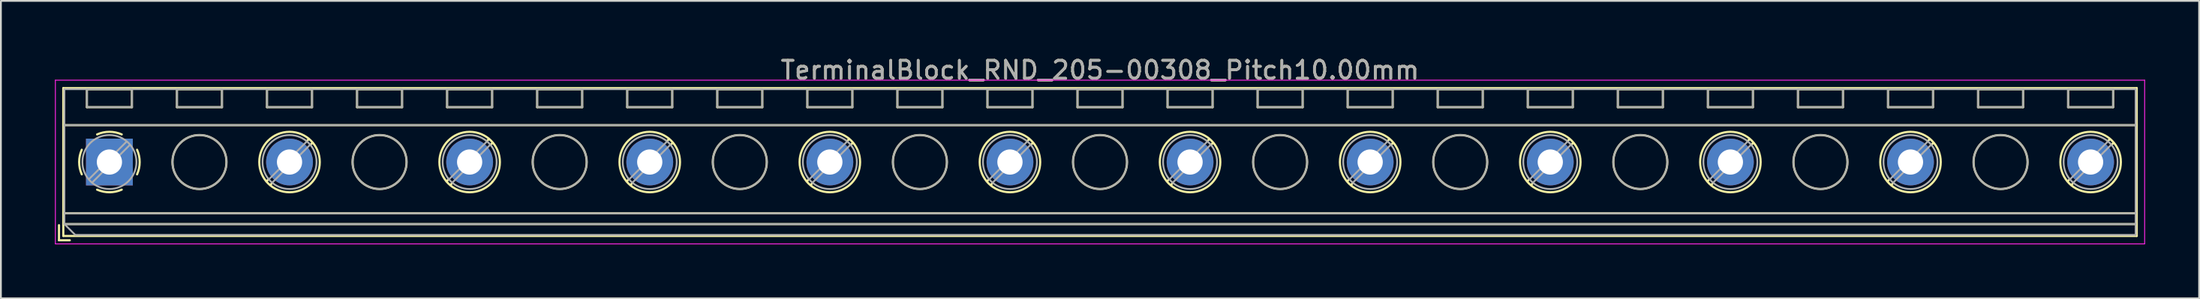
<source format=kicad_pcb>
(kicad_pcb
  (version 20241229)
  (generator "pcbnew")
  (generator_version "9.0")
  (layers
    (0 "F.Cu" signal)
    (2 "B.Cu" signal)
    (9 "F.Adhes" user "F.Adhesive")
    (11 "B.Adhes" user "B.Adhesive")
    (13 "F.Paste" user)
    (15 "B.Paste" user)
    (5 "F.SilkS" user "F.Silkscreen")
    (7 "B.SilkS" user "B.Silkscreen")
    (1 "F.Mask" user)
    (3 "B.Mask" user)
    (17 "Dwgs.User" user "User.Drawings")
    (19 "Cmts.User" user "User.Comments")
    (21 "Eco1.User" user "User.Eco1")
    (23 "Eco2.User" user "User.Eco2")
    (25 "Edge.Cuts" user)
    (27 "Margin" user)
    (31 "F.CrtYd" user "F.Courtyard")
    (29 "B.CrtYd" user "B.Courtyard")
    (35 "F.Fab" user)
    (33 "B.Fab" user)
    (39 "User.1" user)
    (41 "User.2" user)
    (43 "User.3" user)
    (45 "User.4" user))
  (footprint "TerminalBlock_RND_205-00308_Pitch10.00mm"
    (layer "F.Cu")
    (at 3.025 5.958)
    (property "Reference" "TerminalBlock_RND_205-00308_Pitch10.00mm" (at 55 -5.11 0) (layer "F.SilkS") (effects (font (size 1 1) (thickness 0.15))))
    (attr through_hole)
    (fp_line (start -2.8 3.51) (end -2.8 4.35) (stroke (width 0.12) (type solid)) (layer "F.SilkS"))
    (fp_line (start -2.8 4.35) (end -2.2 4.35) (stroke (width 0.12) (type solid)) (layer "F.SilkS"))
    (fp_line (start -2.56 -4.11) (end -2.56 4.11) (stroke (width 0.12) (type solid)) (layer "F.SilkS"))
    (fp_line (start -2.56 -2.05) (end 112.56 -2.05) (stroke (width 0.12) (type solid)) (layer "F.SilkS"))
    (fp_line (start -2.56 2.85) (end 112.56 2.85) (stroke (width 0.12) (type solid)) (layer "F.SilkS"))
    (fp_line (start -2.56 3.45) (end 112.56 3.45) (stroke (width 0.12) (type solid)) (layer "F.SilkS"))
    (fp_line (start -2.56 4.11) (end 112.56 4.11) (stroke (width 0.12) (type solid)) (layer "F.SilkS"))
    (fp_line (start -1.25 -4.05) (end -1.25 -3.05) (stroke (width 0.12) (type solid)) (layer "F.SilkS"))
    (fp_line (start -1.25 -4.05) (end 1.25 -4.05) (stroke (width 0.12) (type solid)) (layer "F.SilkS"))
    (fp_line (start -1.25 -3.05) (end 1.25 -3.05) (stroke (width 0.12) (type solid)) (layer "F.SilkS"))
    (fp_line (start 1.25 -4.05) (end 1.25 -3.05) (stroke (width 0.12) (type solid)) (layer "F.SilkS"))
    (fp_line (start 3.75 -4.05) (end 3.75 -3.05) (stroke (width 0.12) (type solid)) (layer "F.SilkS"))
    (fp_line (start 3.75 -4.05) (end 6.25 -4.05) (stroke (width 0.12) (type solid)) (layer "F.SilkS"))
    (fp_line (start 3.75 -3.05) (end 6.25 -3.05) (stroke (width 0.12) (type solid)) (layer "F.SilkS"))
    (fp_line (start 6.25 -4.05) (end 6.25 -3.05) (stroke (width 0.12) (type solid)) (layer "F.SilkS"))
    (fp_line (start 8.75 -4.05) (end 8.75 -3.05) (stroke (width 0.12) (type solid)) (layer "F.SilkS"))
    (fp_line (start 8.75 -4.05) (end 11.25 -4.05) (stroke (width 0.12) (type solid)) (layer "F.SilkS"))
    (fp_line (start 8.75 -3.05) (end 11.25 -3.05) (stroke (width 0.12) (type solid)) (layer "F.SilkS"))
    (fp_line (start 8.82 0.976) (end 8.726 1.069) (stroke (width 0.12) (type solid)) (layer "F.SilkS"))
    (fp_line (start 9.002 1.204) (end 8.931 1.274) (stroke (width 0.12) (type solid)) (layer "F.SilkS"))
    (fp_line (start 11.07 -1.275) (end 10.999 -1.204) (stroke (width 0.12) (type solid)) (layer "F.SilkS"))
    (fp_line (start 11.25 -4.05) (end 11.25 -3.05) (stroke (width 0.12) (type solid)) (layer "F.SilkS"))
    (fp_line (start 11.275 -1.069) (end 11.181 -0.976) (stroke (width 0.12) (type solid)) (layer "F.SilkS"))
    (fp_line (start 13.75 -4.05) (end 13.75 -3.05) (stroke (width 0.12) (type solid)) (layer "F.SilkS"))
    (fp_line (start 13.75 -4.05) (end 16.25 -4.05) (stroke (width 0.12) (type solid)) (layer "F.SilkS"))
    (fp_line (start 13.75 -3.05) (end 16.25 -3.05) (stroke (width 0.12) (type solid)) (layer "F.SilkS"))
    (fp_line (start 16.25 -4.05) (end 16.25 -3.05) (stroke (width 0.12) (type solid)) (layer "F.SilkS"))
    (fp_line (start 18.75 -4.05) (end 18.75 -3.05) (stroke (width 0.12) (type solid)) (layer "F.SilkS"))
    (fp_line (start 18.75 -4.05) (end 21.25 -4.05) (stroke (width 0.12) (type solid)) (layer "F.SilkS"))
    (fp_line (start 18.75 -3.05) (end 21.25 -3.05) (stroke (width 0.12) (type solid)) (layer "F.SilkS"))
    (fp_line (start 18.82 0.976) (end 18.726 1.069) (stroke (width 0.12) (type solid)) (layer "F.SilkS"))
    (fp_line (start 19.002 1.204) (end 18.931 1.274) (stroke (width 0.12) (type solid)) (layer "F.SilkS"))
    (fp_line (start 21.07 -1.275) (end 20.999 -1.204) (stroke (width 0.12) (type solid)) (layer "F.SilkS"))
    (fp_line (start 21.25 -4.05) (end 21.25 -3.05) (stroke (width 0.12) (type solid)) (layer "F.SilkS"))
    (fp_line (start 21.275 -1.069) (end 21.181 -0.976) (stroke (width 0.12) (type solid)) (layer "F.SilkS"))
    (fp_line (start 23.75 -4.05) (end 23.75 -3.05) (stroke (width 0.12) (type solid)) (layer "F.SilkS"))
    (fp_line (start 23.75 -4.05) (end 26.25 -4.05) (stroke (width 0.12) (type solid)) (layer "F.SilkS"))
    (fp_line (start 23.75 -3.05) (end 26.25 -3.05) (stroke (width 0.12) (type solid)) (layer "F.SilkS"))
    (fp_line (start 26.25 -4.05) (end 26.25 -3.05) (stroke (width 0.12) (type solid)) (layer "F.SilkS"))
    (fp_line (start 28.75 -4.05) (end 28.75 -3.05) (stroke (width 0.12) (type solid)) (layer "F.SilkS"))
    (fp_line (start 28.75 -4.05) (end 31.25 -4.05) (stroke (width 0.12) (type solid)) (layer "F.SilkS"))
    (fp_line (start 28.75 -3.05) (end 31.25 -3.05) (stroke (width 0.12) (type solid)) (layer "F.SilkS"))
    (fp_line (start 28.82 0.976) (end 28.726 1.069) (stroke (width 0.12) (type solid)) (layer "F.SilkS"))
    (fp_line (start 29.002 1.204) (end 28.931 1.274) (stroke (width 0.12) (type solid)) (layer "F.SilkS"))
    (fp_line (start 31.07 -1.275) (end 30.999 -1.204) (stroke (width 0.12) (type solid)) (layer "F.SilkS"))
    (fp_line (start 31.25 -4.05) (end 31.25 -3.05) (stroke (width 0.12) (type solid)) (layer "F.SilkS"))
    (fp_line (start 31.275 -1.069) (end 31.181 -0.976) (stroke (width 0.12) (type solid)) (layer "F.SilkS"))
    (fp_line (start 33.75 -4.05) (end 33.75 -3.05) (stroke (width 0.12) (type solid)) (layer "F.SilkS"))
    (fp_line (start 33.75 -4.05) (end 36.25 -4.05) (stroke (width 0.12) (type solid)) (layer "F.SilkS"))
    (fp_line (start 33.75 -3.05) (end 36.25 -3.05) (stroke (width 0.12) (type solid)) (layer "F.SilkS"))
    (fp_line (start 36.25 -4.05) (end 36.25 -3.05) (stroke (width 0.12) (type solid)) (layer "F.SilkS"))
    (fp_line (start 38.75 -4.05) (end 38.75 -3.05) (stroke (width 0.12) (type solid)) (layer "F.SilkS"))
    (fp_line (start 38.75 -4.05) (end 41.25 -4.05) (stroke (width 0.12) (type solid)) (layer "F.SilkS"))
    (fp_line (start 38.75 -3.05) (end 41.25 -3.05) (stroke (width 0.12) (type solid)) (layer "F.SilkS"))
    (fp_line (start 38.82 0.976) (end 38.726 1.069) (stroke (width 0.12) (type solid)) (layer "F.SilkS"))
    (fp_line (start 39.002 1.204) (end 38.931 1.274) (stroke (width 0.12) (type solid)) (layer "F.SilkS"))
    (fp_line (start 41.07 -1.275) (end 40.999 -1.204) (stroke (width 0.12) (type solid)) (layer "F.SilkS"))
    (fp_line (start 41.25 -4.05) (end 41.25 -3.05) (stroke (width 0.12) (type solid)) (layer "F.SilkS"))
    (fp_line (start 41.275 -1.069) (end 41.181 -0.976) (stroke (width 0.12) (type solid)) (layer "F.SilkS"))
    (fp_line (start 43.75 -4.05) (end 43.75 -3.05) (stroke (width 0.12) (type solid)) (layer "F.SilkS"))
    (fp_line (start 43.75 -4.05) (end 46.25 -4.05) (stroke (width 0.12) (type solid)) (layer "F.SilkS"))
    (fp_line (start 43.75 -3.05) (end 46.25 -3.05) (stroke (width 0.12) (type solid)) (layer "F.SilkS"))
    (fp_line (start 46.25 -4.05) (end 46.25 -3.05) (stroke (width 0.12) (type solid)) (layer "F.SilkS"))
    (fp_line (start 48.75 -4.05) (end 48.75 -3.05) (stroke (width 0.12) (type solid)) (layer "F.SilkS"))
    (fp_line (start 48.75 -4.05) (end 51.25 -4.05) (stroke (width 0.12) (type solid)) (layer "F.SilkS"))
    (fp_line (start 48.75 -3.05) (end 51.25 -3.05) (stroke (width 0.12) (type solid)) (layer "F.SilkS"))
    (fp_line (start 48.82 0.976) (end 48.726 1.069) (stroke (width 0.12) (type solid)) (layer "F.SilkS"))
    (fp_line (start 49.002 1.204) (end 48.931 1.274) (stroke (width 0.12) (type solid)) (layer "F.SilkS"))
    (fp_line (start 51.07 -1.275) (end 50.999 -1.204) (stroke (width 0.12) (type solid)) (layer "F.SilkS"))
    (fp_line (start 51.25 -4.05) (end 51.25 -3.05) (stroke (width 0.12) (type solid)) (layer "F.SilkS"))
    (fp_line (start 51.275 -1.069) (end 51.181 -0.976) (stroke (width 0.12) (type solid)) (layer "F.SilkS"))
    (fp_line (start 53.75 -4.05) (end 53.75 -3.05) (stroke (width 0.12) (type solid)) (layer "F.SilkS"))
    (fp_line (start 53.75 -4.05) (end 56.25 -4.05) (stroke (width 0.12) (type solid)) (layer "F.SilkS"))
    (fp_line (start 53.75 -3.05) (end 56.25 -3.05) (stroke (width 0.12) (type solid)) (layer "F.SilkS"))
    (fp_line (start 56.25 -4.05) (end 56.25 -3.05) (stroke (width 0.12) (type solid)) (layer "F.SilkS"))
    (fp_line (start 58.75 -4.05) (end 58.75 -3.05) (stroke (width 0.12) (type solid)) (layer "F.SilkS"))
    (fp_line (start 58.75 -4.05) (end 61.25 -4.05) (stroke (width 0.12) (type solid)) (layer "F.SilkS"))
    (fp_line (start 58.75 -3.05) (end 61.25 -3.05) (stroke (width 0.12) (type solid)) (layer "F.SilkS"))
    (fp_line (start 58.82 0.976) (end 58.726 1.069) (stroke (width 0.12) (type solid)) (layer "F.SilkS"))
    (fp_line (start 59.002 1.204) (end 58.931 1.274) (stroke (width 0.12) (type solid)) (layer "F.SilkS"))
    (fp_line (start 61.07 -1.275) (end 60.999 -1.204) (stroke (width 0.12) (type solid)) (layer "F.SilkS"))
    (fp_line (start 61.25 -4.05) (end 61.25 -3.05) (stroke (width 0.12) (type solid)) (layer "F.SilkS"))
    (fp_line (start 61.275 -1.069) (end 61.181 -0.976) (stroke (width 0.12) (type solid)) (layer "F.SilkS"))
    (fp_line (start 63.75 -4.05) (end 63.75 -3.05) (stroke (width 0.12) (type solid)) (layer "F.SilkS"))
    (fp_line (start 63.75 -4.05) (end 66.25 -4.05) (stroke (width 0.12) (type solid)) (layer "F.SilkS"))
    (fp_line (start 63.75 -3.05) (end 66.25 -3.05) (stroke (width 0.12) (type solid)) (layer "F.SilkS"))
    (fp_line (start 66.25 -4.05) (end 66.25 -3.05) (stroke (width 0.12) (type solid)) (layer "F.SilkS"))
    (fp_line (start 68.75 -4.05) (end 68.75 -3.05) (stroke (width 0.12) (type solid)) (layer "F.SilkS"))
    (fp_line (start 68.75 -4.05) (end 71.25 -4.05) (stroke (width 0.12) (type solid)) (layer "F.SilkS"))
    (fp_line (start 68.75 -3.05) (end 71.25 -3.05) (stroke (width 0.12) (type solid)) (layer "F.SilkS"))
    (fp_line (start 68.82 0.976) (end 68.726 1.069) (stroke (width 0.12) (type solid)) (layer "F.SilkS"))
    (fp_line (start 69.002 1.204) (end 68.931 1.274) (stroke (width 0.12) (type solid)) (layer "F.SilkS"))
    (fp_line (start 71.07 -1.275) (end 70.999 -1.204) (stroke (width 0.12) (type solid)) (layer "F.SilkS"))
    (fp_line (start 71.25 -4.05) (end 71.25 -3.05) (stroke (width 0.12) (type solid)) (layer "F.SilkS"))
    (fp_line (start 71.275 -1.069) (end 71.181 -0.976) (stroke (width 0.12) (type solid)) (layer "F.SilkS"))
    (fp_line (start 73.75 -4.05) (end 73.75 -3.05) (stroke (width 0.12) (type solid)) (layer "F.SilkS"))
    (fp_line (start 73.75 -4.05) (end 76.25 -4.05) (stroke (width 0.12) (type solid)) (layer "F.SilkS"))
    (fp_line (start 73.75 -3.05) (end 76.25 -3.05) (stroke (width 0.12) (type solid)) (layer "F.SilkS"))
    (fp_line (start 76.25 -4.05) (end 76.25 -3.05) (stroke (width 0.12) (type solid)) (layer "F.SilkS"))
    (fp_line (start 78.75 -4.05) (end 78.75 -3.05) (stroke (width 0.12) (type solid)) (layer "F.SilkS"))
    (fp_line (start 78.75 -4.05) (end 81.25 -4.05) (stroke (width 0.12) (type solid)) (layer "F.SilkS"))
    (fp_line (start 78.75 -3.05) (end 81.25 -3.05) (stroke (width 0.12) (type solid)) (layer "F.SilkS"))
    (fp_line (start 78.82 0.976) (end 78.726 1.069) (stroke (width 0.12) (type solid)) (layer "F.SilkS"))
    (fp_line (start 79.002 1.204) (end 78.931 1.274) (stroke (width 0.12) (type solid)) (layer "F.SilkS"))
    (fp_line (start 81.07 -1.275) (end 80.999 -1.204) (stroke (width 0.12) (type solid)) (layer "F.SilkS"))
    (fp_line (start 81.25 -4.05) (end 81.25 -3.05) (stroke (width 0.12) (type solid)) (layer "F.SilkS"))
    (fp_line (start 81.275 -1.069) (end 81.181 -0.976) (stroke (width 0.12) (type solid)) (layer "F.SilkS"))
    (fp_line (start 83.75 -4.05) (end 83.75 -3.05) (stroke (width 0.12) (type solid)) (layer "F.SilkS"))
    (fp_line (start 83.75 -4.05) (end 86.25 -4.05) (stroke (width 0.12) (type solid)) (layer "F.SilkS"))
    (fp_line (start 83.75 -3.05) (end 86.25 -3.05) (stroke (width 0.12) (type solid)) (layer "F.SilkS"))
    (fp_line (start 86.25 -4.05) (end 86.25 -3.05) (stroke (width 0.12) (type solid)) (layer "F.SilkS"))
    (fp_line (start 88.75 -4.05) (end 88.75 -3.05) (stroke (width 0.12) (type solid)) (layer "F.SilkS"))
    (fp_line (start 88.75 -4.05) (end 91.25 -4.05) (stroke (width 0.12) (type solid)) (layer "F.SilkS"))
    (fp_line (start 88.75 -3.05) (end 91.25 -3.05) (stroke (width 0.12) (type solid)) (layer "F.SilkS"))
    (fp_line (start 88.82 0.976) (end 88.726 1.069) (stroke (width 0.12) (type solid)) (layer "F.SilkS"))
    (fp_line (start 89.002 1.204) (end 88.931 1.274) (stroke (width 0.12) (type solid)) (layer "F.SilkS"))
    (fp_line (start 91.07 -1.275) (end 90.999 -1.204) (stroke (width 0.12) (type solid)) (layer "F.SilkS"))
    (fp_line (start 91.25 -4.05) (end 91.25 -3.05) (stroke (width 0.12) (type solid)) (layer "F.SilkS"))
    (fp_line (start 91.275 -1.069) (end 91.181 -0.976) (stroke (width 0.12) (type solid)) (layer "F.SilkS"))
    (fp_line (start 93.75 -4.05) (end 93.75 -3.05) (stroke (width 0.12) (type solid)) (layer "F.SilkS"))
    (fp_line (start 93.75 -4.05) (end 96.25 -4.05) (stroke (width 0.12) (type solid)) (layer "F.SilkS"))
    (fp_line (start 93.75 -3.05) (end 96.25 -3.05) (stroke (width 0.12) (type solid)) (layer "F.SilkS"))
    (fp_line (start 96.25 -4.05) (end 96.25 -3.05) (stroke (width 0.12) (type solid)) (layer "F.SilkS"))
    (fp_line (start 98.75 -4.05) (end 98.75 -3.05) (stroke (width 0.12) (type solid)) (layer "F.SilkS"))
    (fp_line (start 98.75 -4.05) (end 101.25 -4.05) (stroke (width 0.12) (type solid)) (layer "F.SilkS"))
    (fp_line (start 98.75 -3.05) (end 101.25 -3.05) (stroke (width 0.12) (type solid)) (layer "F.SilkS"))
    (fp_line (start 98.82 0.976) (end 98.726 1.069) (stroke (width 0.12) (type solid)) (layer "F.SilkS"))
    (fp_line (start 99.002 1.204) (end 98.931 1.274) (stroke (width 0.12) (type solid)) (layer "F.SilkS"))
    (fp_line (start 101.07 -1.275) (end 100.999 -1.204) (stroke (width 0.12) (type solid)) (layer "F.SilkS"))
    (fp_line (start 101.25 -4.05) (end 101.25 -3.05) (stroke (width 0.12) (type solid)) (layer "F.SilkS"))
    (fp_line (start 101.275 -1.069) (end 101.181 -0.976) (stroke (width 0.12) (type solid)) (layer "F.SilkS"))
    (fp_line (start 103.75 -4.05) (end 103.75 -3.05) (stroke (width 0.12) (type solid)) (layer "F.SilkS"))
    (fp_line (start 103.75 -4.05) (end 106.25 -4.05) (stroke (width 0.12) (type solid)) (layer "F.SilkS"))
    (fp_line (start 103.75 -3.05) (end 106.25 -3.05) (stroke (width 0.12) (type solid)) (layer "F.SilkS"))
    (fp_line (start 106.25 -4.05) (end 106.25 -3.05) (stroke (width 0.12) (type solid)) (layer "F.SilkS"))
    (fp_line (start 108.75 -4.05) (end 108.75 -3.05) (stroke (width 0.12) (type solid)) (layer "F.SilkS"))
    (fp_line (start 108.75 -4.05) (end 111.25 -4.05) (stroke (width 0.12) (type solid)) (layer "F.SilkS"))
    (fp_line (start 108.75 -3.05) (end 111.25 -3.05) (stroke (width 0.12) (type solid)) (layer "F.SilkS"))
    (fp_line (start 108.82 0.976) (end 108.726 1.069) (stroke (width 0.12) (type solid)) (layer "F.SilkS"))
    (fp_line (start 109.002 1.204) (end 108.931 1.274) (stroke (width 0.12) (type solid)) (layer "F.SilkS"))
    (fp_line (start 111.07 -1.275) (end 110.999 -1.204) (stroke (width 0.12) (type solid)) (layer "F.SilkS"))
    (fp_line (start 111.25 -4.05) (end 111.25 -3.05) (stroke (width 0.12) (type solid)) (layer "F.SilkS"))
    (fp_line (start 111.275 -1.069) (end 111.181 -0.976) (stroke (width 0.12) (type solid)) (layer "F.SilkS"))
    (fp_line (start 112.56 -4.11) (end -2.56 -4.11) (stroke (width 0.12) (type solid)) (layer "F.SilkS"))
    (fp_line (start 112.56 4.11) (end 112.56 -4.11) (stroke (width 0.12) (type solid)) (layer "F.SilkS"))
    (fp_arc (start -1.535427 0.683042) (mid -1.680501 -0.000524) (end -1.535 -0.684) (stroke (width 0.12) (type solid)) (layer "F.SilkS"))
    (fp_arc (start -0.683042 -1.535427) (mid 0.000524 -1.680501) (end 0.684 -1.535) (stroke (width 0.12) (type solid)) (layer "F.SilkS"))
    (fp_arc (start 0.028805 1.680253) (mid -0.335551 1.646659) (end -0.684 1.535) (stroke (width 0.12) (type solid)) (layer "F.SilkS"))
    (fp_arc (start 0.683318 1.534756) (mid 0.349292 1.643288) (end 0 1.68) (stroke (width 0.12) (type solid)) (layer "F.SilkS"))
    (fp_arc (start 1.535427 -0.683042) (mid 1.680501 0.000524) (end 1.535 0.684) (stroke (width 0.12) (type solid)) (layer "F.SilkS"))
    (fp_circle (center 5 0) (end 6.5 0) (stroke (width 0.12) (type solid)) (fill no) (layer "F.SilkS"))
    (fp_circle (center 10 0) (end 11.68 0) (stroke (width 0.12) (type solid)) (fill no) (layer "F.SilkS"))
    (fp_circle (center 15 0) (end 16.5 0) (stroke (width 0.12) (type solid)) (fill no) (layer "F.SilkS"))
    (fp_circle (center 20 0) (end 21.68 0) (stroke (width 0.12) (type solid)) (fill no) (layer "F.SilkS"))
    (fp_circle (center 25 0) (end 26.5 0) (stroke (width 0.12) (type solid)) (fill no) (layer "F.SilkS"))
    (fp_circle (center 30 0) (end 31.68 0) (stroke (width 0.12) (type solid)) (fill no) (layer "F.SilkS"))
    (fp_circle (center 35 0) (end 36.5 0) (stroke (width 0.12) (type solid)) (fill no) (layer "F.SilkS"))
    (fp_circle (center 40 0) (end 41.68 0) (stroke (width 0.12) (type solid)) (fill no) (layer "F.SilkS"))
    (fp_circle (center 45 0) (end 46.5 0) (stroke (width 0.12) (type solid)) (fill no) (layer "F.SilkS"))
    (fp_circle (center 50 0) (end 51.68 0) (stroke (width 0.12) (type solid)) (fill no) (layer "F.SilkS"))
    (fp_circle (center 55 0) (end 56.5 0) (stroke (width 0.12) (type solid)) (fill no) (layer "F.SilkS"))
    (fp_circle (center 60 0) (end 61.68 0) (stroke (width 0.12) (type solid)) (fill no) (layer "F.SilkS"))
    (fp_circle (center 65 0) (end 66.5 0) (stroke (width 0.12) (type solid)) (fill no) (layer "F.SilkS"))
    (fp_circle (center 70 0) (end 71.68 0) (stroke (width 0.12) (type solid)) (fill no) (layer "F.SilkS"))
    (fp_circle (center 75 0) (end 76.5 0) (stroke (width 0.12) (type solid)) (fill no) (layer "F.SilkS"))
    (fp_circle (center 80 0) (end 81.68 0) (stroke (width 0.12) (type solid)) (fill no) (layer "F.SilkS"))
    (fp_circle (center 85 0) (end 86.5 0) (stroke (width 0.12) (type solid)) (fill no) (layer "F.SilkS"))
    (fp_circle (center 90 0) (end 91.68 0) (stroke (width 0.12) (type solid)) (fill no) (layer "F.SilkS"))
    (fp_circle (center 95 0) (end 96.5 0) (stroke (width 0.12) (type solid)) (fill no) (layer "F.SilkS"))
    (fp_circle (center 100 0) (end 101.68 0) (stroke (width 0.12) (type solid)) (fill no) (layer "F.SilkS"))
    (fp_circle (center 105 0) (end 106.5 0) (stroke (width 0.12) (type solid)) (fill no) (layer "F.SilkS"))
    (fp_circle (center 110 0) (end 111.68 0) (stroke (width 0.12) (type solid)) (fill no) (layer "F.SilkS"))
    (fp_line (start -3 -4.55) (end -3 4.55) (stroke (width 0.05) (type solid)) (layer "F.CrtYd"))
    (fp_line (start -3 4.55) (end 113 4.55) (stroke (width 0.05) (type solid)) (layer "F.CrtYd"))
    (fp_line (start 113 -4.55) (end -3 -4.55) (stroke (width 0.05) (type solid)) (layer "F.CrtYd"))
    (fp_line (start 113 4.55) (end 113 -4.55) (stroke (width 0.05) (type solid)) (layer "F.CrtYd"))
    (fp_line (start -2.5 -4.05) (end 112.5 -4.05) (stroke (width 0.1) (type solid)) (layer "F.Fab"))
    (fp_line (start -2.5 -2.05) (end 112.5 -2.05) (stroke (width 0.1) (type solid)) (layer "F.Fab"))
    (fp_line (start -2.5 2.85) (end 112.5 2.85) (stroke (width 0.1) (type solid)) (layer "F.Fab"))
    (fp_line (start -2.5 3.45) (end -2.5 -4.05) (stroke (width 0.1) (type solid)) (layer "F.Fab"))
    (fp_line (start -2.5 3.45) (end 112.5 3.45) (stroke (width 0.1) (type solid)) (layer "F.Fab"))
    (fp_line (start -1.9 4.05) (end -2.5 3.45) (stroke (width 0.1) (type solid)) (layer "F.Fab"))
    (fp_line (start -1.25 -4.05) (end -1.25 -3.05) (stroke (width 0.1) (type solid)) (layer "F.Fab"))
    (fp_line (start -1.25 -3.05) (end 1.25 -3.05) (stroke (width 0.1) (type solid)) (layer "F.Fab"))
    (fp_line (start 0.955 -1.138) (end -1.138 0.955) (stroke (width 0.1) (type solid)) (layer "F.Fab"))
    (fp_line (start 1.138 -0.955) (end -0.955 1.138) (stroke (width 0.1) (type solid)) (layer "F.Fab"))
    (fp_line (start 1.25 -4.05) (end -1.25 -4.05) (stroke (width 0.1) (type solid)) (layer "F.Fab"))
    (fp_line (start 1.25 -3.05) (end 1.25 -4.05) (stroke (width 0.1) (type solid)) (layer "F.Fab"))
    (fp_line (start 3.75 -4.05) (end 3.75 -3.05) (stroke (width 0.1) (type solid)) (layer "F.Fab"))
    (fp_line (start 3.75 -3.05) (end 6.25 -3.05) (stroke (width 0.1) (type solid)) (layer "F.Fab"))
    (fp_line (start 6.25 -4.05) (end 3.75 -4.05) (stroke (width 0.1) (type solid)) (layer "F.Fab"))
    (fp_line (start 6.25 -3.05) (end 6.25 -4.05) (stroke (width 0.1) (type solid)) (layer "F.Fab"))
    (fp_line (start 8.75 -4.05) (end 8.75 -3.05) (stroke (width 0.1) (type solid)) (layer "F.Fab"))
    (fp_line (start 8.75 -3.05) (end 11.25 -3.05) (stroke (width 0.1) (type solid)) (layer "F.Fab"))
    (fp_line (start 10.955 -1.138) (end 8.863 0.955) (stroke (width 0.1) (type solid)) (layer "F.Fab"))
    (fp_line (start 11.138 -0.955) (end 9.046 1.138) (stroke (width 0.1) (type solid)) (layer "F.Fab"))
    (fp_line (start 11.25 -4.05) (end 8.75 -4.05) (stroke (width 0.1) (type solid)) (layer "F.Fab"))
    (fp_line (start 11.25 -3.05) (end 11.25 -4.05) (stroke (width 0.1) (type solid)) (layer "F.Fab"))
    (fp_line (start 13.75 -4.05) (end 13.75 -3.05) (stroke (width 0.1) (type solid)) (layer "F.Fab"))
    (fp_line (start 13.75 -3.05) (end 16.25 -3.05) (stroke (width 0.1) (type solid)) (layer "F.Fab"))
    (fp_line (start 16.25 -4.05) (end 13.75 -4.05) (stroke (width 0.1) (type solid)) (layer "F.Fab"))
    (fp_line (start 16.25 -3.05) (end 16.25 -4.05) (stroke (width 0.1) (type solid)) (layer "F.Fab"))
    (fp_line (start 18.75 -4.05) (end 18.75 -3.05) (stroke (width 0.1) (type solid)) (layer "F.Fab"))
    (fp_line (start 18.75 -3.05) (end 21.25 -3.05) (stroke (width 0.1) (type solid)) (layer "F.Fab"))
    (fp_line (start 20.955 -1.138) (end 18.863 0.955) (stroke (width 0.1) (type solid)) (layer "F.Fab"))
    (fp_line (start 21.138 -0.955) (end 19.046 1.138) (stroke (width 0.1) (type solid)) (layer "F.Fab"))
    (fp_line (start 21.25 -4.05) (end 18.75 -4.05) (stroke (width 0.1) (type solid)) (layer "F.Fab"))
    (fp_line (start 21.25 -3.05) (end 21.25 -4.05) (stroke (width 0.1) (type solid)) (layer "F.Fab"))
    (fp_line (start 23.75 -4.05) (end 23.75 -3.05) (stroke (width 0.1) (type solid)) (layer "F.Fab"))
    (fp_line (start 23.75 -3.05) (end 26.25 -3.05) (stroke (width 0.1) (type solid)) (layer "F.Fab"))
    (fp_line (start 26.25 -4.05) (end 23.75 -4.05) (stroke (width 0.1) (type solid)) (layer "F.Fab"))
    (fp_line (start 26.25 -3.05) (end 26.25 -4.05) (stroke (width 0.1) (type solid)) (layer "F.Fab"))
    (fp_line (start 28.75 -4.05) (end 28.75 -3.05) (stroke (width 0.1) (type solid)) (layer "F.Fab"))
    (fp_line (start 28.75 -3.05) (end 31.25 -3.05) (stroke (width 0.1) (type solid)) (layer "F.Fab"))
    (fp_line (start 30.955 -1.138) (end 28.863 0.955) (stroke (width 0.1) (type solid)) (layer "F.Fab"))
    (fp_line (start 31.138 -0.955) (end 29.046 1.138) (stroke (width 0.1) (type solid)) (layer "F.Fab"))
    (fp_line (start 31.25 -4.05) (end 28.75 -4.05) (stroke (width 0.1) (type solid)) (layer "F.Fab"))
    (fp_line (start 31.25 -3.05) (end 31.25 -4.05) (stroke (width 0.1) (type solid)) (layer "F.Fab"))
    (fp_line (start 33.75 -4.05) (end 33.75 -3.05) (stroke (width 0.1) (type solid)) (layer "F.Fab"))
    (fp_line (start 33.75 -3.05) (end 36.25 -3.05) (stroke (width 0.1) (type solid)) (layer "F.Fab"))
    (fp_line (start 36.25 -4.05) (end 33.75 -4.05) (stroke (width 0.1) (type solid)) (layer "F.Fab"))
    (fp_line (start 36.25 -3.05) (end 36.25 -4.05) (stroke (width 0.1) (type solid)) (layer "F.Fab"))
    (fp_line (start 38.75 -4.05) (end 38.75 -3.05) (stroke (width 0.1) (type solid)) (layer "F.Fab"))
    (fp_line (start 38.75 -3.05) (end 41.25 -3.05) (stroke (width 0.1) (type solid)) (layer "F.Fab"))
    (fp_line (start 40.955 -1.138) (end 38.863 0.955) (stroke (width 0.1) (type solid)) (layer "F.Fab"))
    (fp_line (start 41.138 -0.955) (end 39.046 1.138) (stroke (width 0.1) (type solid)) (layer "F.Fab"))
    (fp_line (start 41.25 -4.05) (end 38.75 -4.05) (stroke (width 0.1) (type solid)) (layer "F.Fab"))
    (fp_line (start 41.25 -3.05) (end 41.25 -4.05) (stroke (width 0.1) (type solid)) (layer "F.Fab"))
    (fp_line (start 43.75 -4.05) (end 43.75 -3.05) (stroke (width 0.1) (type solid)) (layer "F.Fab"))
    (fp_line (start 43.75 -3.05) (end 46.25 -3.05) (stroke (width 0.1) (type solid)) (layer "F.Fab"))
    (fp_line (start 46.25 -4.05) (end 43.75 -4.05) (stroke (width 0.1) (type solid)) (layer "F.Fab"))
    (fp_line (start 46.25 -3.05) (end 46.25 -4.05) (stroke (width 0.1) (type solid)) (layer "F.Fab"))
    (fp_line (start 48.75 -4.05) (end 48.75 -3.05) (stroke (width 0.1) (type solid)) (layer "F.Fab"))
    (fp_line (start 48.75 -3.05) (end 51.25 -3.05) (stroke (width 0.1) (type solid)) (layer "F.Fab"))
    (fp_line (start 50.955 -1.138) (end 48.863 0.955) (stroke (width 0.1) (type solid)) (layer "F.Fab"))
    (fp_line (start 51.138 -0.955) (end 49.046 1.138) (stroke (width 0.1) (type solid)) (layer "F.Fab"))
    (fp_line (start 51.25 -4.05) (end 48.75 -4.05) (stroke (width 0.1) (type solid)) (layer "F.Fab"))
    (fp_line (start 51.25 -3.05) (end 51.25 -4.05) (stroke (width 0.1) (type solid)) (layer "F.Fab"))
    (fp_line (start 53.75 -4.05) (end 53.75 -3.05) (stroke (width 0.1) (type solid)) (layer "F.Fab"))
    (fp_line (start 53.75 -3.05) (end 56.25 -3.05) (stroke (width 0.1) (type solid)) (layer "F.Fab"))
    (fp_line (start 56.25 -4.05) (end 53.75 -4.05) (stroke (width 0.1) (type solid)) (layer "F.Fab"))
    (fp_line (start 56.25 -3.05) (end 56.25 -4.05) (stroke (width 0.1) (type solid)) (layer "F.Fab"))
    (fp_line (start 58.75 -4.05) (end 58.75 -3.05) (stroke (width 0.1) (type solid)) (layer "F.Fab"))
    (fp_line (start 58.75 -3.05) (end 61.25 -3.05) (stroke (width 0.1) (type solid)) (layer "F.Fab"))
    (fp_line (start 60.955 -1.138) (end 58.863 0.955) (stroke (width 0.1) (type solid)) (layer "F.Fab"))
    (fp_line (start 61.138 -0.955) (end 59.046 1.138) (stroke (width 0.1) (type solid)) (layer "F.Fab"))
    (fp_line (start 61.25 -4.05) (end 58.75 -4.05) (stroke (width 0.1) (type solid)) (layer "F.Fab"))
    (fp_line (start 61.25 -3.05) (end 61.25 -4.05) (stroke (width 0.1) (type solid)) (layer "F.Fab"))
    (fp_line (start 63.75 -4.05) (end 63.75 -3.05) (stroke (width 0.1) (type solid)) (layer "F.Fab"))
    (fp_line (start 63.75 -3.05) (end 66.25 -3.05) (stroke (width 0.1) (type solid)) (layer "F.Fab"))
    (fp_line (start 66.25 -4.05) (end 63.75 -4.05) (stroke (width 0.1) (type solid)) (layer "F.Fab"))
    (fp_line (start 66.25 -3.05) (end 66.25 -4.05) (stroke (width 0.1) (type solid)) (layer "F.Fab"))
    (fp_line (start 68.75 -4.05) (end 68.75 -3.05) (stroke (width 0.1) (type solid)) (layer "F.Fab"))
    (fp_line (start 68.75 -3.05) (end 71.25 -3.05) (stroke (width 0.1) (type solid)) (layer "F.Fab"))
    (fp_line (start 70.955 -1.138) (end 68.863 0.955) (stroke (width 0.1) (type solid)) (layer "F.Fab"))
    (fp_line (start 71.138 -0.955) (end 69.046 1.138) (stroke (width 0.1) (type solid)) (layer "F.Fab"))
    (fp_line (start 71.25 -4.05) (end 68.75 -4.05) (stroke (width 0.1) (type solid)) (layer "F.Fab"))
    (fp_line (start 71.25 -3.05) (end 71.25 -4.05) (stroke (width 0.1) (type solid)) (layer "F.Fab"))
    (fp_line (start 73.75 -4.05) (end 73.75 -3.05) (stroke (width 0.1) (type solid)) (layer "F.Fab"))
    (fp_line (start 73.75 -3.05) (end 76.25 -3.05) (stroke (width 0.1) (type solid)) (layer "F.Fab"))
    (fp_line (start 76.25 -4.05) (end 73.75 -4.05) (stroke (width 0.1) (type solid)) (layer "F.Fab"))
    (fp_line (start 76.25 -3.05) (end 76.25 -4.05) (stroke (width 0.1) (type solid)) (layer "F.Fab"))
    (fp_line (start 78.75 -4.05) (end 78.75 -3.05) (stroke (width 0.1) (type solid)) (layer "F.Fab"))
    (fp_line (start 78.75 -3.05) (end 81.25 -3.05) (stroke (width 0.1) (type solid)) (layer "F.Fab"))
    (fp_line (start 80.955 -1.138) (end 78.863 0.955) (stroke (width 0.1) (type solid)) (layer "F.Fab"))
    (fp_line (start 81.138 -0.955) (end 79.046 1.138) (stroke (width 0.1) (type solid)) (layer "F.Fab"))
    (fp_line (start 81.25 -4.05) (end 78.75 -4.05) (stroke (width 0.1) (type solid)) (layer "F.Fab"))
    (fp_line (start 81.25 -3.05) (end 81.25 -4.05) (stroke (width 0.1) (type solid)) (layer "F.Fab"))
    (fp_line (start 83.75 -4.05) (end 83.75 -3.05) (stroke (width 0.1) (type solid)) (layer "F.Fab"))
    (fp_line (start 83.75 -3.05) (end 86.25 -3.05) (stroke (width 0.1) (type solid)) (layer "F.Fab"))
    (fp_line (start 86.25 -4.05) (end 83.75 -4.05) (stroke (width 0.1) (type solid)) (layer "F.Fab"))
    (fp_line (start 86.25 -3.05) (end 86.25 -4.05) (stroke (width 0.1) (type solid)) (layer "F.Fab"))
    (fp_line (start 88.75 -4.05) (end 88.75 -3.05) (stroke (width 0.1) (type solid)) (layer "F.Fab"))
    (fp_line (start 88.75 -3.05) (end 91.25 -3.05) (stroke (width 0.1) (type solid)) (layer "F.Fab"))
    (fp_line (start 90.955 -1.138) (end 88.863 0.955) (stroke (width 0.1) (type solid)) (layer "F.Fab"))
    (fp_line (start 91.138 -0.955) (end 89.046 1.138) (stroke (width 0.1) (type solid)) (layer "F.Fab"))
    (fp_line (start 91.25 -4.05) (end 88.75 -4.05) (stroke (width 0.1) (type solid)) (layer "F.Fab"))
    (fp_line (start 91.25 -3.05) (end 91.25 -4.05) (stroke (width 0.1) (type solid)) (layer "F.Fab"))
    (fp_line (start 93.75 -4.05) (end 93.75 -3.05) (stroke (width 0.1) (type solid)) (layer "F.Fab"))
    (fp_line (start 93.75 -3.05) (end 96.25 -3.05) (stroke (width 0.1) (type solid)) (layer "F.Fab"))
    (fp_line (start 96.25 -4.05) (end 93.75 -4.05) (stroke (width 0.1) (type solid)) (layer "F.Fab"))
    (fp_line (start 96.25 -3.05) (end 96.25 -4.05) (stroke (width 0.1) (type solid)) (layer "F.Fab"))
    (fp_line (start 98.75 -4.05) (end 98.75 -3.05) (stroke (width 0.1) (type solid)) (layer "F.Fab"))
    (fp_line (start 98.75 -3.05) (end 101.25 -3.05) (stroke (width 0.1) (type solid)) (layer "F.Fab"))
    (fp_line (start 100.955 -1.138) (end 98.863 0.955) (stroke (width 0.1) (type solid)) (layer "F.Fab"))
    (fp_line (start 101.138 -0.955) (end 99.046 1.138) (stroke (width 0.1) (type solid)) (layer "F.Fab"))
    (fp_line (start 101.25 -4.05) (end 98.75 -4.05) (stroke (width 0.1) (type solid)) (layer "F.Fab"))
    (fp_line (start 101.25 -3.05) (end 101.25 -4.05) (stroke (width 0.1) (type solid)) (layer "F.Fab"))
    (fp_line (start 103.75 -4.05) (end 103.75 -3.05) (stroke (width 0.1) (type solid)) (layer "F.Fab"))
    (fp_line (start 103.75 -3.05) (end 106.25 -3.05) (stroke (width 0.1) (type solid)) (layer "F.Fab"))
    (fp_line (start 106.25 -4.05) (end 103.75 -4.05) (stroke (width 0.1) (type solid)) (layer "F.Fab"))
    (fp_line (start 106.25 -3.05) (end 106.25 -4.05) (stroke (width 0.1) (type solid)) (layer "F.Fab"))
    (fp_line (start 108.75 -4.05) (end 108.75 -3.05) (stroke (width 0.1) (type solid)) (layer "F.Fab"))
    (fp_line (start 108.75 -3.05) (end 111.25 -3.05) (stroke (width 0.1) (type solid)) (layer "F.Fab"))
    (fp_line (start 110.955 -1.138) (end 108.863 0.955) (stroke (width 0.1) (type solid)) (layer "F.Fab"))
    (fp_line (start 111.138 -0.955) (end 109.046 1.138) (stroke (width 0.1) (type solid)) (layer "F.Fab"))
    (fp_line (start 111.25 -4.05) (end 108.75 -4.05) (stroke (width 0.1) (type solid)) (layer "F.Fab"))
    (fp_line (start 111.25 -3.05) (end 111.25 -4.05) (stroke (width 0.1) (type solid)) (layer "F.Fab"))
    (fp_line (start 112.5 -4.05) (end 112.5 4.05) (stroke (width 0.1) (type solid)) (layer "F.Fab"))
    (fp_line (start 112.5 4.05) (end -1.9 4.05) (stroke (width 0.1) (type solid)) (layer "F.Fab"))
    (fp_circle (center 0 0) (end 1.5 0) (stroke (width 0.1) (type solid)) (fill no) (layer "F.Fab"))
    (fp_circle (center 5 0) (end 6.5 0) (stroke (width 0.1) (type solid)) (fill no) (layer "F.Fab"))
    (fp_circle (center 10 0) (end 11.5 0) (stroke (width 0.1) (type solid)) (fill no) (layer "F.Fab"))
    (fp_circle (center 15 0) (end 16.5 0) (stroke (width 0.1) (type solid)) (fill no) (layer "F.Fab"))
    (fp_circle (center 20 0) (end 21.5 0) (stroke (width 0.1) (type solid)) (fill no) (layer "F.Fab"))
    (fp_circle (center 25 0) (end 26.5 0) (stroke (width 0.1) (type solid)) (fill no) (layer "F.Fab"))
    (fp_circle (center 30 0) (end 31.5 0) (stroke (width 0.1) (type solid)) (fill no) (layer "F.Fab"))
    (fp_circle (center 35 0) (end 36.5 0) (stroke (width 0.1) (type solid)) (fill no) (layer "F.Fab"))
    (fp_circle (center 40 0) (end 41.5 0) (stroke (width 0.1) (type solid)) (fill no) (layer "F.Fab"))
    (fp_circle (center 45 0) (end 46.5 0) (stroke (width 0.1) (type solid)) (fill no) (layer "F.Fab"))
    (fp_circle (center 50 0) (end 51.5 0) (stroke (width 0.1) (type solid)) (fill no) (layer "F.Fab"))
    (fp_circle (center 55 0) (end 56.5 0) (stroke (width 0.1) (type solid)) (fill no) (layer "F.Fab"))
    (fp_circle (center 60 0) (end 61.5 0) (stroke (width 0.1) (type solid)) (fill no) (layer "F.Fab"))
    (fp_circle (center 65 0) (end 66.5 0) (stroke (width 0.1) (type solid)) (fill no) (layer "F.Fab"))
    (fp_circle (center 70 0) (end 71.5 0) (stroke (width 0.1) (type solid)) (fill no) (layer "F.Fab"))
    (fp_circle (center 75 0) (end 76.5 0) (stroke (width 0.1) (type solid)) (fill no) (layer "F.Fab"))
    (fp_circle (center 80 0) (end 81.5 0) (stroke (width 0.1) (type solid)) (fill no) (layer "F.Fab"))
    (fp_circle (center 85 0) (end 86.5 0) (stroke (width 0.1) (type solid)) (fill no) (layer "F.Fab"))
    (fp_circle (center 90 0) (end 91.5 0) (stroke (width 0.1) (type solid)) (fill no) (layer "F.Fab"))
    (fp_circle (center 95 0) (end 96.5 0) (stroke (width 0.1) (type solid)) (fill no) (layer "F.Fab"))
    (fp_circle (center 100 0) (end 101.5 0) (stroke (width 0.1) (type solid)) (fill no) (layer "F.Fab"))
    (fp_circle (center 105 0) (end 106.5 0) (stroke (width 0.1) (type solid)) (fill no) (layer "F.Fab"))
    (fp_circle (center 110 0) (end 111.5 0) (stroke (width 0.1) (type solid)) (fill no) (layer "F.Fab"))
    (fp_text user "${REFERENCE}" (at 55 -5.11 0) (layer "F.Fab") (effects (font (size 1 1) (thickness 0.15))))
    (pad "1" thru_hole rect (at 0 0) (size 2.6 2.6) (drill 1.4) (layers "*.Cu" "*.Mask"))
    (pad "2" thru_hole oval (at 10 0) (size 2.6 2.6) (drill 1.4) (layers "*.Cu" "*.Mask"))
    (pad "3" thru_hole oval (at 20 0) (size 2.6 2.6) (drill 1.4) (layers "*.Cu" "*.Mask"))
    (pad "4" thru_hole oval (at 30 0) (size 2.6 2.6) (drill 1.4) (layers "*.Cu" "*.Mask"))
    (pad "5" thru_hole oval (at 40 0) (size 2.6 2.6) (drill 1.4) (layers "*.Cu" "*.Mask"))
    (pad "6" thru_hole oval (at 50 0) (size 2.6 2.6) (drill 1.4) (layers "*.Cu" "*.Mask"))
    (pad "7" thru_hole oval (at 60 0) (size 2.6 2.6) (drill 1.4) (layers "*.Cu" "*.Mask"))
    (pad "8" thru_hole oval (at 70 0) (size 2.6 2.6) (drill 1.4) (layers "*.Cu" "*.Mask"))
    (pad "9" thru_hole oval (at 80 0) (size 2.6 2.6) (drill 1.4) (layers "*.Cu" "*.Mask"))
    (pad "10" thru_hole oval (at 90 0) (size 2.6 2.6) (drill 1.4) (layers "*.Cu" "*.Mask"))
    (pad "11" thru_hole oval (at 100 0) (size 2.6 2.6) (drill 1.4) (layers "*.Cu" "*.Mask"))
    (pad "12" thru_hole oval (at 110 0) (size 2.6 2.6) (drill 1.4) (layers "*.Cu" "*.Mask")))
  (gr_rect
    (start -3 -3)
    (end 119.05 13.533)
    (stroke (width 0.1) (type default))
    (fill no)
    (layer "Edge.Cuts")))
</source>
